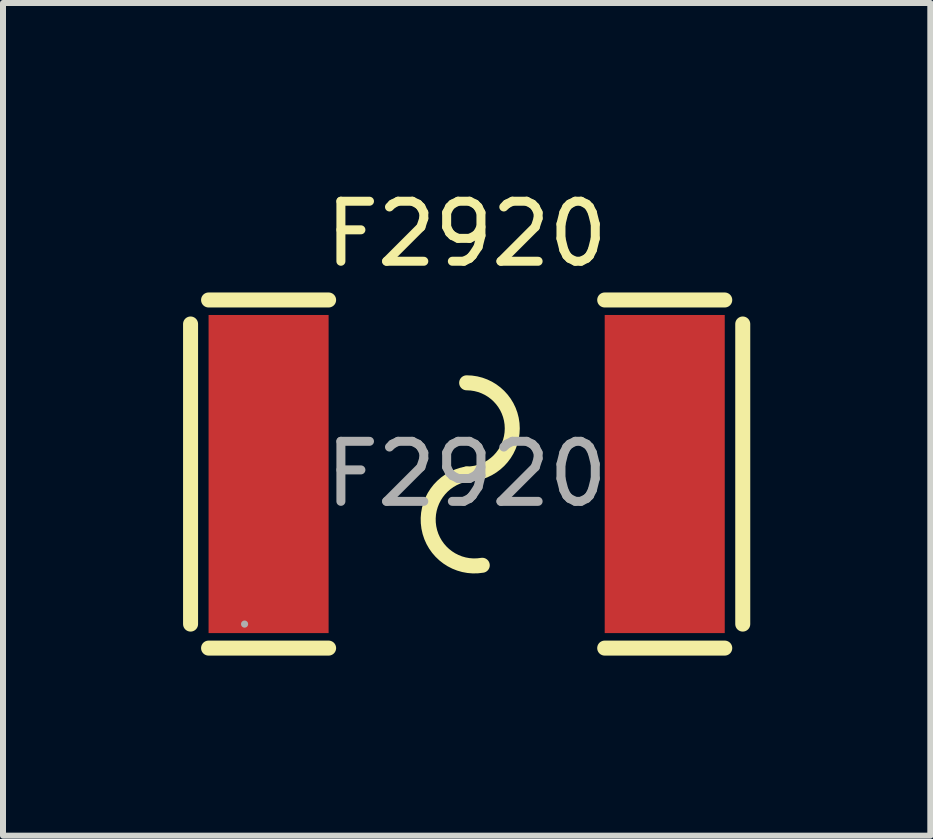
<source format=kicad_pcb>
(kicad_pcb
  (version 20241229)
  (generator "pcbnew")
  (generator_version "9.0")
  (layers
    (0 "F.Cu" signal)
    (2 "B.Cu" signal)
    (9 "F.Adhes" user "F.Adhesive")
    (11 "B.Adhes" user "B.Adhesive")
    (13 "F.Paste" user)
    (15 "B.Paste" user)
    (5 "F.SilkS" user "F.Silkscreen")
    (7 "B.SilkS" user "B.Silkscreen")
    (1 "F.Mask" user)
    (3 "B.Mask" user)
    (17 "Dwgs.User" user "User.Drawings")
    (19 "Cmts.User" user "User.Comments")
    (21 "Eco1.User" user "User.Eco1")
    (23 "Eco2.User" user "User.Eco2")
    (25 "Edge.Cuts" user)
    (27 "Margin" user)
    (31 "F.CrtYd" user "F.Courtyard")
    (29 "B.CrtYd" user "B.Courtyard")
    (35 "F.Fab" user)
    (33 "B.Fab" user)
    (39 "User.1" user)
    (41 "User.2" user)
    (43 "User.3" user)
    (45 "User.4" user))
  (footprint "F2920"
    (layer "F.Cu")
    (at 4.725 4.848)
    (property "Reference" "F2920" (at 0 -4 0) (layer "F.SilkS") (effects (font (size 1 1) (thickness 0.15))))
    (attr through_hole)
    (fp_line (start -4.6 -2.5) (end -4.6 2.5) (stroke (width 0.25) (type solid)) (layer "F.SilkS"))
    (fp_line (start -4.3 -2.9) (end -2.3 -2.9) (stroke (width 0.25) (type solid)) (layer "F.SilkS"))
    (fp_line (start -4.3 2.9) (end -2.3 2.9) (stroke (width 0.25) (type solid)) (layer "F.SilkS"))
    (fp_line (start 2.3 -2.9) (end 4.3 -2.9) (stroke (width 0.25) (type solid)) (layer "F.SilkS"))
    (fp_line (start 2.3 2.9) (end 4.3 2.9) (stroke (width 0.25) (type solid)) (layer "F.SilkS"))
    (fp_line (start 4.6 -2.5) (end 4.6 2.5) (stroke (width 0.25) (type solid)) (layer "F.SilkS"))
    (fp_arc (start 0 -1.52) (mid 0.76 -0.76) (end 0 0) (stroke (width 0.25) (type solid)) (layer "F.SilkS"))
    (fp_arc (start 0.26 1.52) (mid -0.63 0.89) (end 0 0) (stroke (width 0.25) (type solid)) (layer "F.SilkS"))
    (fp_circle (center -3.7 2.5) (end -3.67 2.5) (stroke (width 0.06) (type solid)) (fill no) (layer "F.Fab"))
    (fp_text user "${REFERENCE}" (at 0 0 0) (layer "F.Fab") (effects (font (size 1 1) (thickness 0.15))))
    (pad "1" smd rect (at -3.3 0) (size 2 5.3) (layers "F.Cu" "F.Mask" "F.Paste"))
    (pad "2" smd rect (at 3.3 0) (size 2 5.3) (layers "F.Cu" "F.Mask" "F.Paste")))
  (gr_rect
    (start -3 -3)
    (end 12.45 10.873)
    (stroke (width 0.1) (type default))
    (fill no)
    (layer "Edge.Cuts")))
</source>
